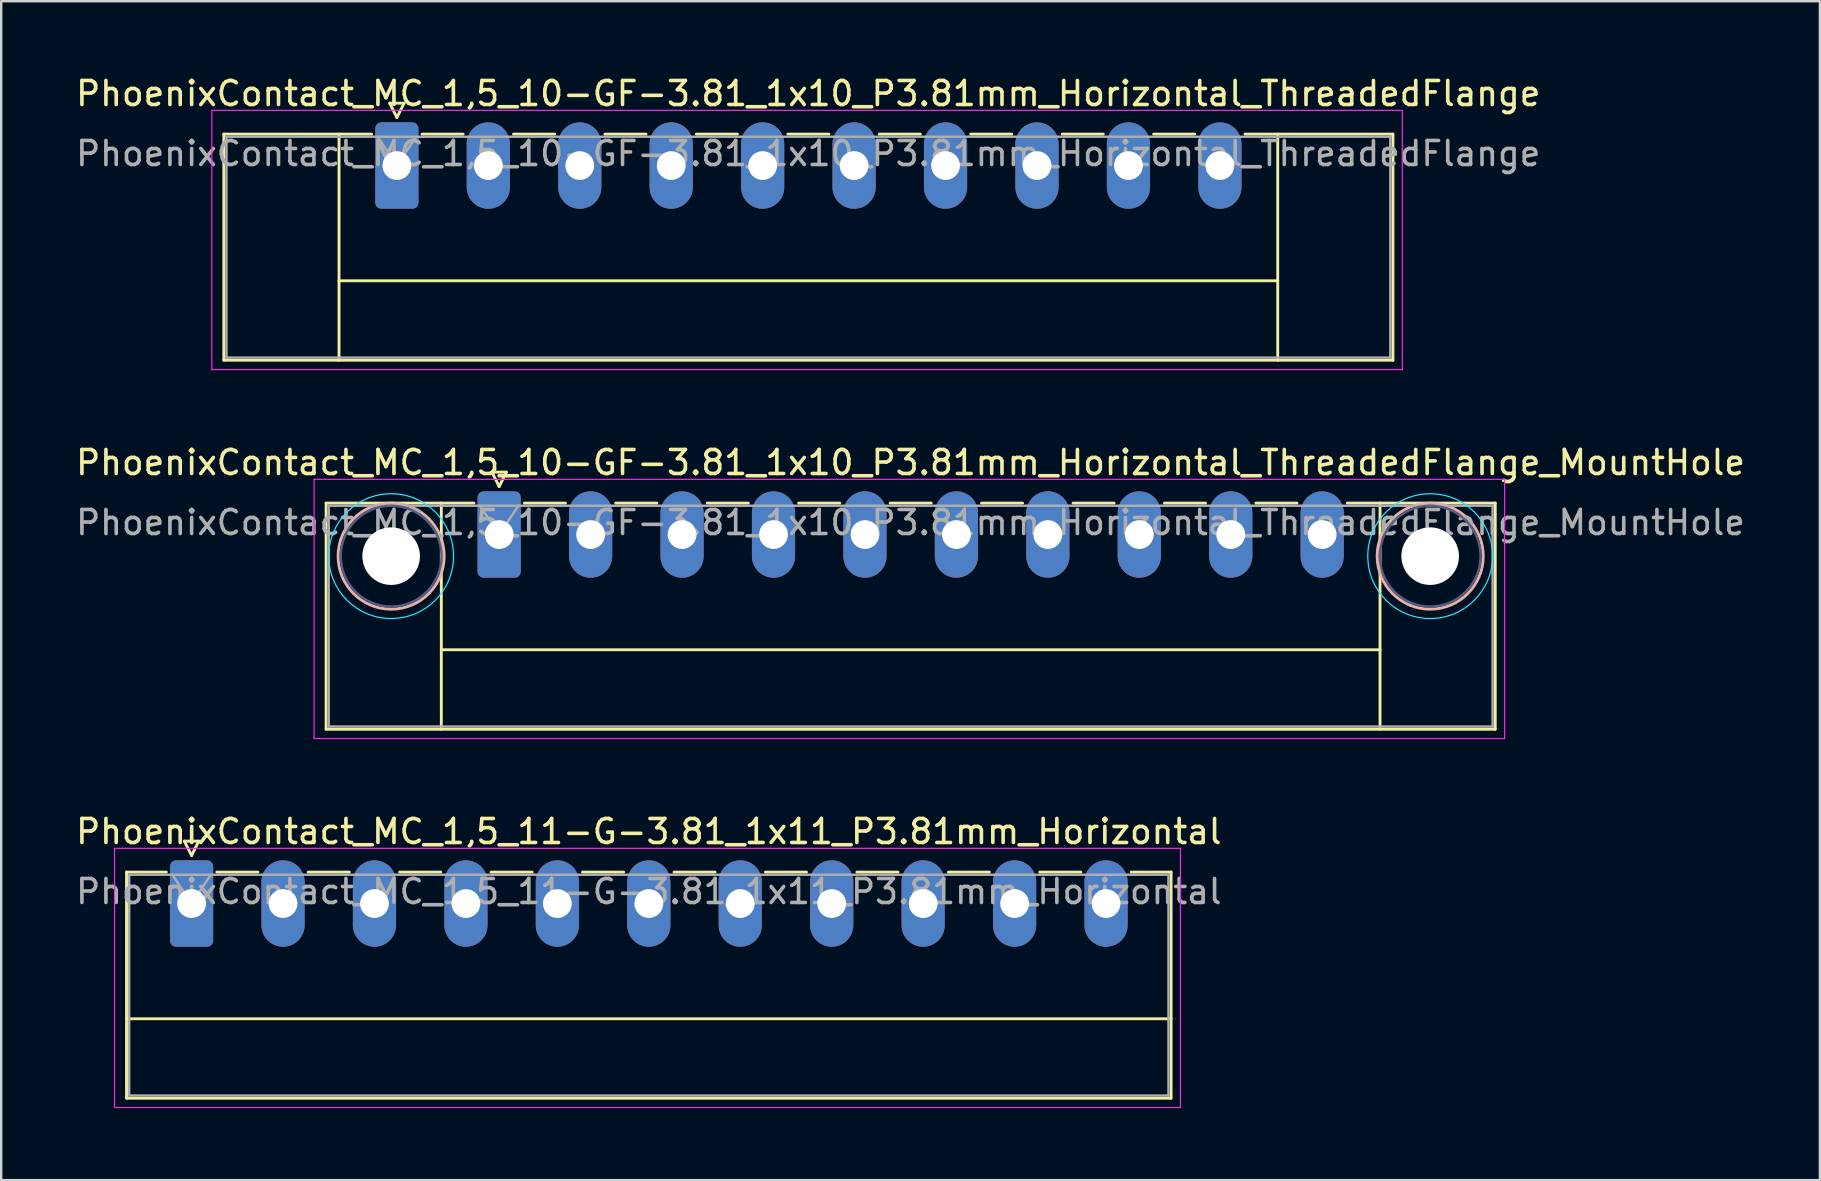
<source format=kicad_pcb>
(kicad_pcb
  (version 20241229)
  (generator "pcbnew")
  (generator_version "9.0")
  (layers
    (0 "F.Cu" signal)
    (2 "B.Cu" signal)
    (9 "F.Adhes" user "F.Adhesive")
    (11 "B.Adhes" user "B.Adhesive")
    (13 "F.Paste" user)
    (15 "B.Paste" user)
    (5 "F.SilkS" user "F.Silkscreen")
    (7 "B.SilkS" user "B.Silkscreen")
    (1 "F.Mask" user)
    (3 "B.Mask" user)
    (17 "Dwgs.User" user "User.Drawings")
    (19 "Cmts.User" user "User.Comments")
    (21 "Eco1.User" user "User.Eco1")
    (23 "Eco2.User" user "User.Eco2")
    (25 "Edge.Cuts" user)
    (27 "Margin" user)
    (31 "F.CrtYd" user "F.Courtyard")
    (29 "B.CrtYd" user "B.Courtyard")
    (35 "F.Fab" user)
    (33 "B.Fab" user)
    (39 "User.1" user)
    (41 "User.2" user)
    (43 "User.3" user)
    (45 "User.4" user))
  (footprint "PhoenixContact_MC_1,5_10-GF-3.81_1x10_P3.81mm_Horizontal_ThreadedFlange_MountHole"
    (layer "F.Cu")
    (at 17.747 19.221)
    (property "Reference" "PhoenixContact_MC_1,5_10-GF-3.81_1x10_P3.81mm_Horizontal_ThreadedFlange_MountHole" (at 17.14 -3 0) (layer "F.SilkS") (effects (font (size 1 1) (thickness 0.15))))
    (attr through_hole)
    (fp_line (start -7.21 -1.31) (end -7.21 8.11) (stroke (width 0.12) (type solid)) (layer "F.SilkS"))
    (fp_line (start -7.21 -1.31) (end -1.05 -1.31) (stroke (width 0.12) (type solid)) (layer "F.SilkS"))
    (fp_line (start -7.21 8.11) (end 41.5 8.11) (stroke (width 0.12) (type solid)) (layer "F.SilkS"))
    (fp_line (start -2.41 -1.31) (end -2.41 8.11) (stroke (width 0.12) (type solid)) (layer "F.SilkS"))
    (fp_line (start -2.41 4.8) (end 36.7 4.8) (stroke (width 0.12) (type solid)) (layer "F.SilkS"))
    (fp_line (start -0.3 -2.6) (end 0.3 -2.6) (stroke (width 0.12) (type solid)) (layer "F.SilkS"))
    (fp_line (start 0 -2) (end -0.3 -2.6) (stroke (width 0.12) (type solid)) (layer "F.SilkS"))
    (fp_line (start 0.3 -2.6) (end 0 -2) (stroke (width 0.12) (type solid)) (layer "F.SilkS"))
    (fp_line (start 1.05 -1.31) (end 2.76 -1.31) (stroke (width 0.12) (type solid)) (layer "F.SilkS"))
    (fp_line (start 4.86 -1.31) (end 6.57 -1.31) (stroke (width 0.12) (type solid)) (layer "F.SilkS"))
    (fp_line (start 8.67 -1.31) (end 10.38 -1.31) (stroke (width 0.12) (type solid)) (layer "F.SilkS"))
    (fp_line (start 12.48 -1.31) (end 14.19 -1.31) (stroke (width 0.12) (type solid)) (layer "F.SilkS"))
    (fp_line (start 16.29 -1.31) (end 18 -1.31) (stroke (width 0.12) (type solid)) (layer "F.SilkS"))
    (fp_line (start 20.1 -1.31) (end 21.81 -1.31) (stroke (width 0.12) (type solid)) (layer "F.SilkS"))
    (fp_line (start 23.91 -1.31) (end 25.62 -1.31) (stroke (width 0.12) (type solid)) (layer "F.SilkS"))
    (fp_line (start 27.72 -1.31) (end 29.43 -1.31) (stroke (width 0.12) (type solid)) (layer "F.SilkS"))
    (fp_line (start 31.53 -1.31) (end 33.24 -1.31) (stroke (width 0.12) (type solid)) (layer "F.SilkS"))
    (fp_line (start 36.7 -1.31) (end 36.7 8.11) (stroke (width 0.12) (type solid)) (layer "F.SilkS"))
    (fp_line (start 41.5 -1.31) (end 35.34 -1.31) (stroke (width 0.12) (type solid)) (layer "F.SilkS"))
    (fp_line (start 41.5 8.11) (end 41.5 -1.31) (stroke (width 0.12) (type solid)) (layer "F.SilkS"))
    (fp_circle (center -4.5 0.9) (end -2.29 0.9) (stroke (width 0.12) (type solid)) (fill no) (layer "B.SilkS"))
    (fp_circle (center 38.79 0.9) (end 41 0.9) (stroke (width 0.12) (type solid)) (fill no) (layer "B.SilkS"))
    (fp_circle (center -4.5 0.9) (end -1.9 0.9) (stroke (width 0.05) (type solid)) (fill no) (layer "B.CrtYd"))
    (fp_circle (center 38.79 0.9) (end 41.39 0.9) (stroke (width 0.05) (type solid)) (fill no) (layer "B.CrtYd"))
    (fp_line (start -7.71 -2.3) (end -7.71 8.5) (stroke (width 0.05) (type solid)) (layer "F.CrtYd"))
    (fp_line (start -7.71 8.5) (end 41.89 8.5) (stroke (width 0.05) (type solid)) (layer "F.CrtYd"))
    (fp_line (start 41.89 -2.3) (end -7.71 -2.3) (stroke (width 0.05) (type solid)) (layer "F.CrtYd"))
    (fp_line (start 41.89 8.5) (end 41.89 -2.3) (stroke (width 0.05) (type solid)) (layer "F.CrtYd"))
    (fp_circle (center -4.5 0.9) (end -2.4 0.9) (stroke (width 0.1) (type solid)) (fill no) (layer "B.Fab"))
    (fp_circle (center 38.79 0.9) (end 40.89 0.9) (stroke (width 0.1) (type solid)) (fill no) (layer "B.Fab"))
    (fp_line (start -7.1 -1.2) (end -7.1 8) (stroke (width 0.1) (type solid)) (layer "F.Fab"))
    (fp_line (start -7.1 8) (end 41.39 8) (stroke (width 0.1) (type solid)) (layer "F.Fab"))
    (fp_line (start 0 0) (end -0.8 -1.2) (stroke (width 0.1) (type solid)) (layer "F.Fab"))
    (fp_line (start 0.8 -1.2) (end 0 0) (stroke (width 0.1) (type solid)) (layer "F.Fab"))
    (fp_line (start 41.39 -1.2) (end -7.1 -1.2) (stroke (width 0.1) (type solid)) (layer "F.Fab"))
    (fp_line (start 41.39 8) (end 41.39 -1.2) (stroke (width 0.1) (type solid)) (layer "F.Fab"))
    (fp_text user "${REFERENCE}" (at 17.14 -0.5 0) (layer "F.Fab") (effects (font (size 1 1) (thickness 0.15))))
    (pad "" np_thru_hole circle (at -4.5 0.9) (size 2.4 2.4) (drill 2.4) (layers "*.Cu" "*.Mask"))
    (pad "" np_thru_hole circle (at 38.79 0.9) (size 2.4 2.4) (drill 2.4) (layers "*.Cu" "*.Mask"))
    (pad "1" thru_hole roundrect (at 0 0) (size 1.8 3.6) (drill 1.2) (layers "*.Cu" "*.Mask") (roundrect_rratio 0.139))
    (pad "2" thru_hole oval (at 3.81 0) (size 1.8 3.6) (drill 1.2) (layers "*.Cu" "*.Mask"))
    (pad "3" thru_hole oval (at 7.62 0) (size 1.8 3.6) (drill 1.2) (layers "*.Cu" "*.Mask"))
    (pad "4" thru_hole oval (at 11.43 0) (size 1.8 3.6) (drill 1.2) (layers "*.Cu" "*.Mask"))
    (pad "5" thru_hole oval (at 15.24 0) (size 1.8 3.6) (drill 1.2) (layers "*.Cu" "*.Mask"))
    (pad "6" thru_hole oval (at 19.05 0) (size 1.8 3.6) (drill 1.2) (layers "*.Cu" "*.Mask"))
    (pad "7" thru_hole oval (at 22.86 0) (size 1.8 3.6) (drill 1.2) (layers "*.Cu" "*.Mask"))
    (pad "8" thru_hole oval (at 26.67 0) (size 1.8 3.6) (drill 1.2) (layers "*.Cu" "*.Mask"))
    (pad "9" thru_hole oval (at 30.48 0) (size 1.8 3.6) (drill 1.2) (layers "*.Cu" "*.Mask"))
    (pad "10" thru_hole oval (at 34.29 0) (size 1.8 3.6) (drill 1.2) (layers "*.Cu" "*.Mask")))
  (footprint "PhoenixContact_MC_1,5_11-G-3.81_1x11_P3.81mm_Horizontal"
    (layer "F.Cu")
    (at 4.932 34.595)
    (property "Reference" "PhoenixContact_MC_1,5_11-G-3.81_1x11_P3.81mm_Horizontal" (at 19.05 -3 0) (layer "F.SilkS") (effects (font (size 1 1) (thickness 0.15))))
    (attr through_hole)
    (fp_line (start -2.71 -1.31) (end -2.71 8.11) (stroke (width 0.12) (type solid)) (layer "F.SilkS"))
    (fp_line (start -2.71 -1.31) (end -1.05 -1.31) (stroke (width 0.12) (type solid)) (layer "F.SilkS"))
    (fp_line (start -2.71 4.8) (end 40.81 4.8) (stroke (width 0.12) (type solid)) (layer "F.SilkS"))
    (fp_line (start -2.71 8.11) (end 40.81 8.11) (stroke (width 0.12) (type solid)) (layer "F.SilkS"))
    (fp_line (start -0.3 -2.6) (end 0.3 -2.6) (stroke (width 0.12) (type solid)) (layer "F.SilkS"))
    (fp_line (start 0 -2) (end -0.3 -2.6) (stroke (width 0.12) (type solid)) (layer "F.SilkS"))
    (fp_line (start 0.3 -2.6) (end 0 -2) (stroke (width 0.12) (type solid)) (layer "F.SilkS"))
    (fp_line (start 1.05 -1.31) (end 2.76 -1.31) (stroke (width 0.12) (type solid)) (layer "F.SilkS"))
    (fp_line (start 4.86 -1.31) (end 6.57 -1.31) (stroke (width 0.12) (type solid)) (layer "F.SilkS"))
    (fp_line (start 8.67 -1.31) (end 10.38 -1.31) (stroke (width 0.12) (type solid)) (layer "F.SilkS"))
    (fp_line (start 12.48 -1.31) (end 14.19 -1.31) (stroke (width 0.12) (type solid)) (layer "F.SilkS"))
    (fp_line (start 16.29 -1.31) (end 18 -1.31) (stroke (width 0.12) (type solid)) (layer "F.SilkS"))
    (fp_line (start 20.1 -1.31) (end 21.81 -1.31) (stroke (width 0.12) (type solid)) (layer "F.SilkS"))
    (fp_line (start 23.91 -1.31) (end 25.62 -1.31) (stroke (width 0.12) (type solid)) (layer "F.SilkS"))
    (fp_line (start 27.72 -1.31) (end 29.43 -1.31) (stroke (width 0.12) (type solid)) (layer "F.SilkS"))
    (fp_line (start 31.53 -1.31) (end 33.24 -1.31) (stroke (width 0.12) (type solid)) (layer "F.SilkS"))
    (fp_line (start 35.34 -1.31) (end 37.05 -1.31) (stroke (width 0.12) (type solid)) (layer "F.SilkS"))
    (fp_line (start 40.81 -1.31) (end 39.15 -1.31) (stroke (width 0.12) (type solid)) (layer "F.SilkS"))
    (fp_line (start 40.81 8.11) (end 40.81 -1.31) (stroke (width 0.12) (type solid)) (layer "F.SilkS"))
    (fp_line (start -3.21 -2.3) (end -3.21 8.5) (stroke (width 0.05) (type solid)) (layer "F.CrtYd"))
    (fp_line (start -3.21 8.5) (end 41.2 8.5) (stroke (width 0.05) (type solid)) (layer "F.CrtYd"))
    (fp_line (start 41.2 -2.3) (end -3.21 -2.3) (stroke (width 0.05) (type solid)) (layer "F.CrtYd"))
    (fp_line (start 41.2 8.5) (end 41.2 -2.3) (stroke (width 0.05) (type solid)) (layer "F.CrtYd"))
    (fp_line (start -2.6 -1.2) (end -2.6 8) (stroke (width 0.1) (type solid)) (layer "F.Fab"))
    (fp_line (start -2.6 8) (end 40.7 8) (stroke (width 0.1) (type solid)) (layer "F.Fab"))
    (fp_line (start 0 0) (end -0.8 -1.2) (stroke (width 0.1) (type solid)) (layer "F.Fab"))
    (fp_line (start 0.8 -1.2) (end 0 0) (stroke (width 0.1) (type solid)) (layer "F.Fab"))
    (fp_line (start 40.7 -1.2) (end -2.6 -1.2) (stroke (width 0.1) (type solid)) (layer "F.Fab"))
    (fp_line (start 40.7 8) (end 40.7 -1.2) (stroke (width 0.1) (type solid)) (layer "F.Fab"))
    (fp_text user "${REFERENCE}" (at 19.05 -0.5 0) (layer "F.Fab") (effects (font (size 1 1) (thickness 0.15))))
    (pad "1" thru_hole roundrect (at 0 0) (size 1.8 3.6) (drill 1.2) (layers "*.Cu" "*.Mask") (roundrect_rratio 0.139))
    (pad "2" thru_hole oval (at 3.81 0) (size 1.8 3.6) (drill 1.2) (layers "*.Cu" "*.Mask"))
    (pad "3" thru_hole oval (at 7.62 0) (size 1.8 3.6) (drill 1.2) (layers "*.Cu" "*.Mask"))
    (pad "4" thru_hole oval (at 11.43 0) (size 1.8 3.6) (drill 1.2) (layers "*.Cu" "*.Mask"))
    (pad "5" thru_hole oval (at 15.24 0) (size 1.8 3.6) (drill 1.2) (layers "*.Cu" "*.Mask"))
    (pad "6" thru_hole oval (at 19.05 0) (size 1.8 3.6) (drill 1.2) (layers "*.Cu" "*.Mask"))
    (pad "7" thru_hole oval (at 22.86 0) (size 1.8 3.6) (drill 1.2) (layers "*.Cu" "*.Mask"))
    (pad "8" thru_hole oval (at 26.67 0) (size 1.8 3.6) (drill 1.2) (layers "*.Cu" "*.Mask"))
    (pad "9" thru_hole oval (at 30.48 0) (size 1.8 3.6) (drill 1.2) (layers "*.Cu" "*.Mask"))
    (pad "10" thru_hole oval (at 34.29 0) (size 1.8 3.6) (drill 1.2) (layers "*.Cu" "*.Mask"))
    (pad "11" thru_hole oval (at 38.1 0) (size 1.8 3.6) (drill 1.2) (layers "*.Cu" "*.Mask")))
  (footprint "PhoenixContact_MC_1,5_10-GF-3.81_1x10_P3.81mm_Horizontal_ThreadedFlange"
    (layer "F.Cu")
    (at 13.485 3.848)
    (property "Reference" "PhoenixContact_MC_1,5_10-GF-3.81_1x10_P3.81mm_Horizontal_ThreadedFlange" (at 17.14 -3 0) (layer "F.SilkS") (effects (font (size 1 1) (thickness 0.15))))
    (attr through_hole)
    (fp_line (start -7.21 -1.31) (end -7.21 8.11) (stroke (width 0.12) (type solid)) (layer "F.SilkS"))
    (fp_line (start -7.21 -1.31) (end -1.05 -1.31) (stroke (width 0.12) (type solid)) (layer "F.SilkS"))
    (fp_line (start -7.21 8.11) (end 41.5 8.11) (stroke (width 0.12) (type solid)) (layer "F.SilkS"))
    (fp_line (start -2.41 -1.31) (end -2.41 8.11) (stroke (width 0.12) (type solid)) (layer "F.SilkS"))
    (fp_line (start -2.41 4.8) (end 36.7 4.8) (stroke (width 0.12) (type solid)) (layer "F.SilkS"))
    (fp_line (start -0.3 -2.6) (end 0.3 -2.6) (stroke (width 0.12) (type solid)) (layer "F.SilkS"))
    (fp_line (start 0 -2) (end -0.3 -2.6) (stroke (width 0.12) (type solid)) (layer "F.SilkS"))
    (fp_line (start 0.3 -2.6) (end 0 -2) (stroke (width 0.12) (type solid)) (layer "F.SilkS"))
    (fp_line (start 1.05 -1.31) (end 2.76 -1.31) (stroke (width 0.12) (type solid)) (layer "F.SilkS"))
    (fp_line (start 4.86 -1.31) (end 6.57 -1.31) (stroke (width 0.12) (type solid)) (layer "F.SilkS"))
    (fp_line (start 8.67 -1.31) (end 10.38 -1.31) (stroke (width 0.12) (type solid)) (layer "F.SilkS"))
    (fp_line (start 12.48 -1.31) (end 14.19 -1.31) (stroke (width 0.12) (type solid)) (layer "F.SilkS"))
    (fp_line (start 16.29 -1.31) (end 18 -1.31) (stroke (width 0.12) (type solid)) (layer "F.SilkS"))
    (fp_line (start 20.1 -1.31) (end 21.81 -1.31) (stroke (width 0.12) (type solid)) (layer "F.SilkS"))
    (fp_line (start 23.91 -1.31) (end 25.62 -1.31) (stroke (width 0.12) (type solid)) (layer "F.SilkS"))
    (fp_line (start 27.72 -1.31) (end 29.43 -1.31) (stroke (width 0.12) (type solid)) (layer "F.SilkS"))
    (fp_line (start 31.53 -1.31) (end 33.24 -1.31) (stroke (width 0.12) (type solid)) (layer "F.SilkS"))
    (fp_line (start 36.7 -1.31) (end 36.7 8.11) (stroke (width 0.12) (type solid)) (layer "F.SilkS"))
    (fp_line (start 41.5 -1.31) (end 35.34 -1.31) (stroke (width 0.12) (type solid)) (layer "F.SilkS"))
    (fp_line (start 41.5 8.11) (end 41.5 -1.31) (stroke (width 0.12) (type solid)) (layer "F.SilkS"))
    (fp_line (start -7.71 -2.3) (end -7.71 8.5) (stroke (width 0.05) (type solid)) (layer "F.CrtYd"))
    (fp_line (start -7.71 8.5) (end 41.89 8.5) (stroke (width 0.05) (type solid)) (layer "F.CrtYd"))
    (fp_line (start 41.89 -2.3) (end -7.71 -2.3) (stroke (width 0.05) (type solid)) (layer "F.CrtYd"))
    (fp_line (start 41.89 8.5) (end 41.89 -2.3) (stroke (width 0.05) (type solid)) (layer "F.CrtYd"))
    (fp_line (start -7.1 -1.2) (end -7.1 8) (stroke (width 0.1) (type solid)) (layer "F.Fab"))
    (fp_line (start -7.1 8) (end 41.39 8) (stroke (width 0.1) (type solid)) (layer "F.Fab"))
    (fp_line (start 0 0) (end -0.8 -1.2) (stroke (width 0.1) (type solid)) (layer "F.Fab"))
    (fp_line (start 0.8 -1.2) (end 0 0) (stroke (width 0.1) (type solid)) (layer "F.Fab"))
    (fp_line (start 41.39 -1.2) (end -7.1 -1.2) (stroke (width 0.1) (type solid)) (layer "F.Fab"))
    (fp_line (start 41.39 8) (end 41.39 -1.2) (stroke (width 0.1) (type solid)) (layer "F.Fab"))
    (fp_text user "${REFERENCE}" (at 17.14 -0.5 0) (layer "F.Fab") (effects (font (size 1 1) (thickness 0.15))))
    (pad "1" thru_hole roundrect (at 0 0) (size 1.8 3.6) (drill 1.2) (layers "*.Cu" "*.Mask") (roundrect_rratio 0.139))
    (pad "2" thru_hole oval (at 3.81 0) (size 1.8 3.6) (drill 1.2) (layers "*.Cu" "*.Mask"))
    (pad "3" thru_hole oval (at 7.62 0) (size 1.8 3.6) (drill 1.2) (layers "*.Cu" "*.Mask"))
    (pad "4" thru_hole oval (at 11.43 0) (size 1.8 3.6) (drill 1.2) (layers "*.Cu" "*.Mask"))
    (pad "5" thru_hole oval (at 15.24 0) (size 1.8 3.6) (drill 1.2) (layers "*.Cu" "*.Mask"))
    (pad "6" thru_hole oval (at 19.05 0) (size 1.8 3.6) (drill 1.2) (layers "*.Cu" "*.Mask"))
    (pad "7" thru_hole oval (at 22.86 0) (size 1.8 3.6) (drill 1.2) (layers "*.Cu" "*.Mask"))
    (pad "8" thru_hole oval (at 26.67 0) (size 1.8 3.6) (drill 1.2) (layers "*.Cu" "*.Mask"))
    (pad "9" thru_hole oval (at 30.48 0) (size 1.8 3.6) (drill 1.2) (layers "*.Cu" "*.Mask"))
    (pad "10" thru_hole oval (at 34.29 0) (size 1.8 3.6) (drill 1.2) (layers "*.Cu" "*.Mask")))
  (gr_rect
    (start -3 -3)
    (end 72.774 46.12)
    (stroke (width 0.1) (type default))
    (fill no)
    (layer "Edge.Cuts")))
</source>
